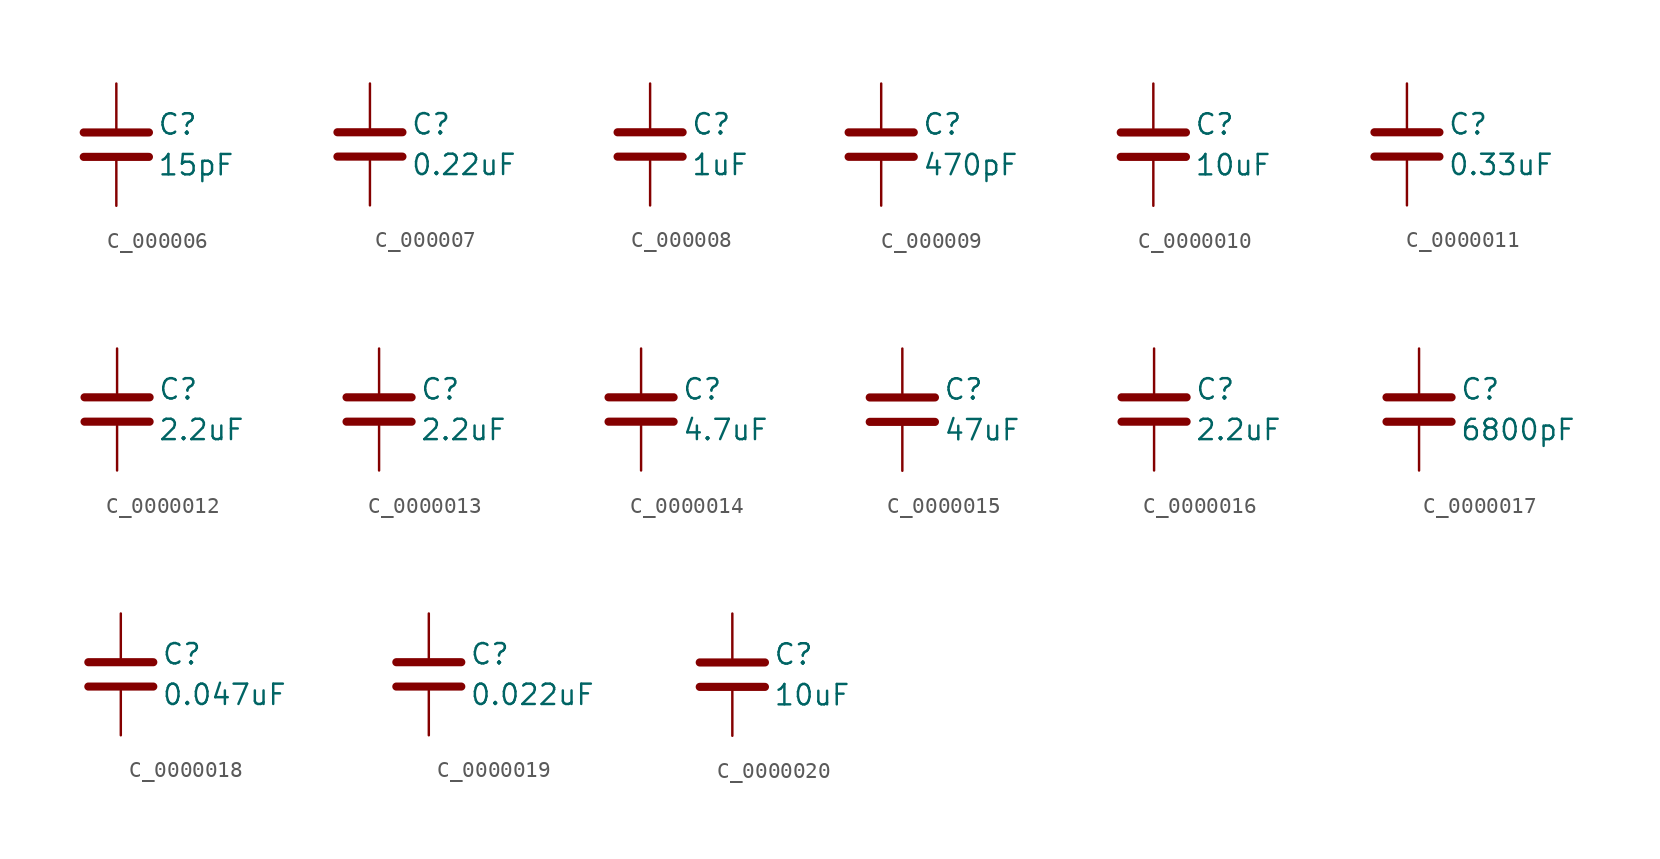
<source format=kicad_sym>
(kicad_symbol_lib
  (version 20231120)
  (generator "kicad_symbol_editor")
  (generator_version "8.0")
  (symbol "C_000006"
    (pin_numbers hide)
    (pin_names
      (offset 0.254))
    (property "Reference" "C"
      (at 2.54 1.27 0)
      (effects (font (size 1.27 1.27)) (justify left)))
    (property "Value" "15pF"
      (at 2.54 -1.27 0)
      (effects (font (size 1.27 1.27)) (justify left)))
    (symbol "C_000006_0_1"
      (polyline (pts (xy -2.032 -0.762) (xy 2.032 -0.762)) (stroke (width 0.508) (type default)) (fill (type none)))
      (polyline (pts (xy -2.032 0.762) (xy 2.032 0.762)) (stroke (width 0.508) (type default)) (fill (type none))))
    (symbol "C_000006_1_1"
      (pin passive line (at 0 3.81 270) (length 2.794) (name "~" (effects (font (size 1.27 1.27)))) (number "1" (effects (font (size 1.27 1.27)))))
      (pin passive line (at 0 -3.81 90) (length 2.794) (name "~" (effects (font (size 1.27 1.27)))) (number "2" (effects (font (size 1.27 1.27)))))))
  (symbol "C_000007"
    (pin_numbers hide)
    (pin_names
      (offset 0.254))
    (property "Reference" "C"
      (at 2.54 1.27 0)
      (effects (font (size 1.27 1.27)) (justify left)))
    (property "Value" "0.22uF"
      (at 2.54 -1.27 0)
      (effects (font (size 1.27 1.27)) (justify left)))
    (symbol "C_000007_0_1"
      (polyline (pts (xy -2.032 -0.762) (xy 2.032 -0.762)) (stroke (width 0.508) (type default)) (fill (type none)))
      (polyline (pts (xy -2.032 0.762) (xy 2.032 0.762)) (stroke (width 0.508) (type default)) (fill (type none))))
    (symbol "C_000007_1_1"
      (pin passive line (at 0 3.81 270) (length 2.794) (name "~" (effects (font (size 1.27 1.27)))) (number "1" (effects (font (size 1.27 1.27)))))
      (pin passive line (at 0 -3.81 90) (length 2.794) (name "~" (effects (font (size 1.27 1.27)))) (number "2" (effects (font (size 1.27 1.27)))))))
  (symbol "C_000008"
    (pin_numbers hide)
    (pin_names
      (offset 0.254))
    (property "Reference" "C"
      (at 2.54 1.27 0)
      (effects (font (size 1.27 1.27)) (justify left)))
    (property "Value" "1uF"
      (at 2.54 -1.27 0)
      (effects (font (size 1.27 1.27)) (justify left)))
    (symbol "C_000008_0_1"
      (polyline (pts (xy -2.032 -0.762) (xy 2.032 -0.762)) (stroke (width 0.508) (type default)) (fill (type none)))
      (polyline (pts (xy -2.032 0.762) (xy 2.032 0.762)) (stroke (width 0.508) (type default)) (fill (type none))))
    (symbol "C_000008_1_1"
      (pin passive line (at 0 3.81 270) (length 2.794) (name "~" (effects (font (size 1.27 1.27)))) (number "1" (effects (font (size 1.27 1.27)))))
      (pin passive line (at 0 -3.81 90) (length 2.794) (name "~" (effects (font (size 1.27 1.27)))) (number "2" (effects (font (size 1.27 1.27)))))))
  (symbol "C_000009"
    (pin_numbers hide)
    (pin_names
      (offset 0.254))
    (property "Reference" "C"
      (at 2.54 1.27 0)
      (effects (font (size 1.27 1.27)) (justify left)))
    (property "Value" "470pF"
      (at 2.54 -1.27 0)
      (effects (font (size 1.27 1.27)) (justify left)))
    (symbol "C_000009_0_1"
      (polyline (pts (xy -2.032 -0.762) (xy 2.032 -0.762)) (stroke (width 0.508) (type default)) (fill (type none)))
      (polyline (pts (xy -2.032 0.762) (xy 2.032 0.762)) (stroke (width 0.508) (type default)) (fill (type none))))
    (symbol "C_000009_1_1"
      (pin passive line (at 0 3.81 270) (length 2.794) (name "~" (effects (font (size 1.27 1.27)))) (number "1" (effects (font (size 1.27 1.27)))))
      (pin passive line (at 0 -3.81 90) (length 2.794) (name "~" (effects (font (size 1.27 1.27)))) (number "2" (effects (font (size 1.27 1.27)))))))
  (symbol "C_0000010"
    (pin_numbers hide)
    (pin_names
      (offset 0.254))
    (property "Reference" "C"
      (at 2.54 1.27 0)
      (effects (font (size 1.27 1.27)) (justify left)))
    (property "Value" "10uF"
      (at 2.54 -1.27 0)
      (effects (font (size 1.27 1.27)) (justify left)))
    (symbol "C_0000010_0_1"
      (polyline (pts (xy -2.032 -0.762) (xy 2.032 -0.762)) (stroke (width 0.508) (type default)) (fill (type none)))
      (polyline (pts (xy -2.032 0.762) (xy 2.032 0.762)) (stroke (width 0.508) (type default)) (fill (type none))))
    (symbol "C_0000010_1_1"
      (pin passive line (at 0 3.81 270) (length 2.794) (name "~" (effects (font (size 1.27 1.27)))) (number "1" (effects (font (size 1.27 1.27)))))
      (pin passive line (at 0 -3.81 90) (length 2.794) (name "~" (effects (font (size 1.27 1.27)))) (number "2" (effects (font (size 1.27 1.27)))))))
  (symbol "C_0000011"
    (pin_numbers hide)
    (pin_names
      (offset 0.254))
    (property "Reference" "C"
      (at 2.54 1.27 0)
      (effects (font (size 1.27 1.27)) (justify left)))
    (property "Value" "0.33uF"
      (at 2.54 -1.27 0)
      (effects (font (size 1.27 1.27)) (justify left)))
    (symbol "C_0000011_0_1"
      (polyline (pts (xy -2.032 -0.762) (xy 2.032 -0.762)) (stroke (width 0.508) (type default)) (fill (type none)))
      (polyline (pts (xy -2.032 0.762) (xy 2.032 0.762)) (stroke (width 0.508) (type default)) (fill (type none))))
    (symbol "C_0000011_1_1"
      (pin passive line (at 0 3.81 270) (length 2.794) (name "~" (effects (font (size 1.27 1.27)))) (number "1" (effects (font (size 1.27 1.27)))))
      (pin passive line (at 0 -3.81 90) (length 2.794) (name "~" (effects (font (size 1.27 1.27)))) (number "2" (effects (font (size 1.27 1.27)))))))
  (symbol "C_0000012"
    (pin_numbers hide)
    (pin_names
      (offset 0.254))
    (property "Reference" "C"
      (at 2.54 1.27 0)
      (effects (font (size 1.27 1.27)) (justify left)))
    (property "Value" "2.2uF"
      (at 2.54 -1.27 0)
      (effects (font (size 1.27 1.27)) (justify left)))
    (symbol "C_0000012_0_1"
      (polyline (pts (xy -2.032 -0.762) (xy 2.032 -0.762)) (stroke (width 0.508) (type default)) (fill (type none)))
      (polyline (pts (xy -2.032 0.762) (xy 2.032 0.762)) (stroke (width 0.508) (type default)) (fill (type none))))
    (symbol "C_0000012_1_1"
      (pin passive line (at 0 3.81 270) (length 2.794) (name "~" (effects (font (size 1.27 1.27)))) (number "1" (effects (font (size 1.27 1.27)))))
      (pin passive line (at 0 -3.81 90) (length 2.794) (name "~" (effects (font (size 1.27 1.27)))) (number "2" (effects (font (size 1.27 1.27)))))))
  (symbol "C_0000013"
    (pin_numbers hide)
    (pin_names
      (offset 0.254))
    (property "Reference" "C"
      (at 2.54 1.27 0)
      (effects (font (size 1.27 1.27)) (justify left)))
    (property "Value" "2.2uF"
      (at 2.54 -1.27 0)
      (effects (font (size 1.27 1.27)) (justify left)))
    (symbol "C_0000013_0_1"
      (polyline (pts (xy -2.032 -0.762) (xy 2.032 -0.762)) (stroke (width 0.508) (type default)) (fill (type none)))
      (polyline (pts (xy -2.032 0.762) (xy 2.032 0.762)) (stroke (width 0.508) (type default)) (fill (type none))))
    (symbol "C_0000013_1_1"
      (pin passive line (at 0 3.81 270) (length 2.794) (name "~" (effects (font (size 1.27 1.27)))) (number "1" (effects (font (size 1.27 1.27)))))
      (pin passive line (at 0 -3.81 90) (length 2.794) (name "~" (effects (font (size 1.27 1.27)))) (number "2" (effects (font (size 1.27 1.27)))))))
  (symbol "C_0000014"
    (pin_numbers hide)
    (pin_names
      (offset 0.254))
    (property "Reference" "C"
      (at 2.54 1.27 0)
      (effects (font (size 1.27 1.27)) (justify left)))
    (property "Value" "4.7uF"
      (at 2.54 -1.27 0)
      (effects (font (size 1.27 1.27)) (justify left)))
    (symbol "C_0000014_0_1"
      (polyline (pts (xy -2.032 -0.762) (xy 2.032 -0.762)) (stroke (width 0.508) (type default)) (fill (type none)))
      (polyline (pts (xy -2.032 0.762) (xy 2.032 0.762)) (stroke (width 0.508) (type default)) (fill (type none))))
    (symbol "C_0000014_1_1"
      (pin passive line (at 0 3.81 270) (length 2.794) (name "~" (effects (font (size 1.27 1.27)))) (number "1" (effects (font (size 1.27 1.27)))))
      (pin passive line (at 0 -3.81 90) (length 2.794) (name "~" (effects (font (size 1.27 1.27)))) (number "2" (effects (font (size 1.27 1.27)))))))
  (symbol "C_0000015"
    (pin_numbers hide)
    (pin_names
      (offset 0.254))
    (property "Reference" "C"
      (at 2.54 1.27 0)
      (effects (font (size 1.27 1.27)) (justify left)))
    (property "Value" "47uF"
      (at 2.54 -1.27 0)
      (effects (font (size 1.27 1.27)) (justify left)))
    (symbol "C_0000015_0_1"
      (polyline (pts (xy -2.032 -0.762) (xy 2.032 -0.762)) (stroke (width 0.508) (type default)) (fill (type none)))
      (polyline (pts (xy -2.032 0.762) (xy 2.032 0.762)) (stroke (width 0.508) (type default)) (fill (type none))))
    (symbol "C_0000015_1_1"
      (pin passive line (at 0 3.81 270) (length 2.794) (name "~" (effects (font (size 1.27 1.27)))) (number "1" (effects (font (size 1.27 1.27)))))
      (pin passive line (at 0 -3.81 90) (length 2.794) (name "~" (effects (font (size 1.27 1.27)))) (number "2" (effects (font (size 1.27 1.27)))))))
  (symbol "C_0000016"
    (pin_numbers hide)
    (pin_names
      (offset 0.254))
    (property "Reference" "C"
      (at 2.54 1.27 0)
      (effects (font (size 1.27 1.27)) (justify left)))
    (property "Value" "2.2uF"
      (at 2.54 -1.27 0)
      (effects (font (size 1.27 1.27)) (justify left)))
    (symbol "C_0000016_0_1"
      (polyline (pts (xy -2.032 -0.762) (xy 2.032 -0.762)) (stroke (width 0.508) (type default)) (fill (type none)))
      (polyline (pts (xy -2.032 0.762) (xy 2.032 0.762)) (stroke (width 0.508) (type default)) (fill (type none))))
    (symbol "C_0000016_1_1"
      (pin passive line (at 0 3.81 270) (length 2.794) (name "~" (effects (font (size 1.27 1.27)))) (number "1" (effects (font (size 1.27 1.27)))))
      (pin passive line (at 0 -3.81 90) (length 2.794) (name "~" (effects (font (size 1.27 1.27)))) (number "2" (effects (font (size 1.27 1.27)))))))
  (symbol "C_0000017"
    (pin_numbers hide)
    (pin_names
      (offset 0.254))
    (property "Reference" "C"
      (at 2.54 1.27 0)
      (effects (font (size 1.27 1.27)) (justify left)))
    (property "Value" "6800pF"
      (at 2.54 -1.27 0)
      (effects (font (size 1.27 1.27)) (justify left)))
    (symbol "C_0000017_0_1"
      (polyline (pts (xy -2.032 -0.762) (xy 2.032 -0.762)) (stroke (width 0.508) (type default)) (fill (type none)))
      (polyline (pts (xy -2.032 0.762) (xy 2.032 0.762)) (stroke (width 0.508) (type default)) (fill (type none))))
    (symbol "C_0000017_1_1"
      (pin passive line (at 0 3.81 270) (length 2.794) (name "~" (effects (font (size 1.27 1.27)))) (number "1" (effects (font (size 1.27 1.27)))))
      (pin passive line (at 0 -3.81 90) (length 2.794) (name "~" (effects (font (size 1.27 1.27)))) (number "2" (effects (font (size 1.27 1.27)))))))
  (symbol "C_0000018"
    (pin_numbers hide)
    (pin_names
      (offset 0.254))
    (property "Reference" "C"
      (at 2.54 1.27 0)
      (effects (font (size 1.27 1.27)) (justify left)))
    (property "Value" "0.047uF"
      (at 2.54 -1.27 0)
      (effects (font (size 1.27 1.27)) (justify left)))
    (symbol "C_0000018_0_1"
      (polyline (pts (xy -2.032 -0.762) (xy 2.032 -0.762)) (stroke (width 0.508) (type default)) (fill (type none)))
      (polyline (pts (xy -2.032 0.762) (xy 2.032 0.762)) (stroke (width 0.508) (type default)) (fill (type none))))
    (symbol "C_0000018_1_1"
      (pin passive line (at 0 3.81 270) (length 2.794) (name "~" (effects (font (size 1.27 1.27)))) (number "1" (effects (font (size 1.27 1.27)))))
      (pin passive line (at 0 -3.81 90) (length 2.794) (name "~" (effects (font (size 1.27 1.27)))) (number "2" (effects (font (size 1.27 1.27)))))))
  (symbol "C_0000019"
    (pin_numbers hide)
    (pin_names
      (offset 0.254))
    (property "Reference" "C"
      (at 2.54 1.27 0)
      (effects (font (size 1.27 1.27)) (justify left)))
    (property "Value" "0.022uF"
      (at 2.54 -1.27 0)
      (effects (font (size 1.27 1.27)) (justify left)))
    (symbol "C_0000019_0_1"
      (polyline (pts (xy -2.032 -0.762) (xy 2.032 -0.762)) (stroke (width 0.508) (type default)) (fill (type none)))
      (polyline (pts (xy -2.032 0.762) (xy 2.032 0.762)) (stroke (width 0.508) (type default)) (fill (type none))))
    (symbol "C_0000019_1_1"
      (pin passive line (at 0 3.81 270) (length 2.794) (name "~" (effects (font (size 1.27 1.27)))) (number "1" (effects (font (size 1.27 1.27)))))
      (pin passive line (at 0 -3.81 90) (length 2.794) (name "~" (effects (font (size 1.27 1.27)))) (number "2" (effects (font (size 1.27 1.27)))))))
  (symbol "C_0000020"
    (pin_numbers hide)
    (pin_names
      (offset 0.254))
    (property "Reference" "C"
      (at 2.54 1.27 0)
      (effects (font (size 1.27 1.27)) (justify left)))
    (property "Value" "10uF"
      (at 2.54 -1.27 0)
      (effects (font (size 1.27 1.27)) (justify left)))
    (symbol "C_0000020_0_1"
      (polyline (pts (xy -2.032 -0.762) (xy 2.032 -0.762)) (stroke (width 0.508) (type default)) (fill (type none)))
      (polyline (pts (xy -2.032 0.762) (xy 2.032 0.762)) (stroke (width 0.508) (type default)) (fill (type none))))
    (symbol "C_0000020_1_1"
      (pin passive line (at 0 3.81 270) (length 2.794) (name "~" (effects (font (size 1.27 1.27)))) (number "1" (effects (font (size 1.27 1.27)))))
      (pin passive line (at 0 -3.81 90) (length 2.794) (name "~" (effects (font (size 1.27 1.27)))) (number "2" (effects (font (size 1.27 1.27))))))))
</source>
